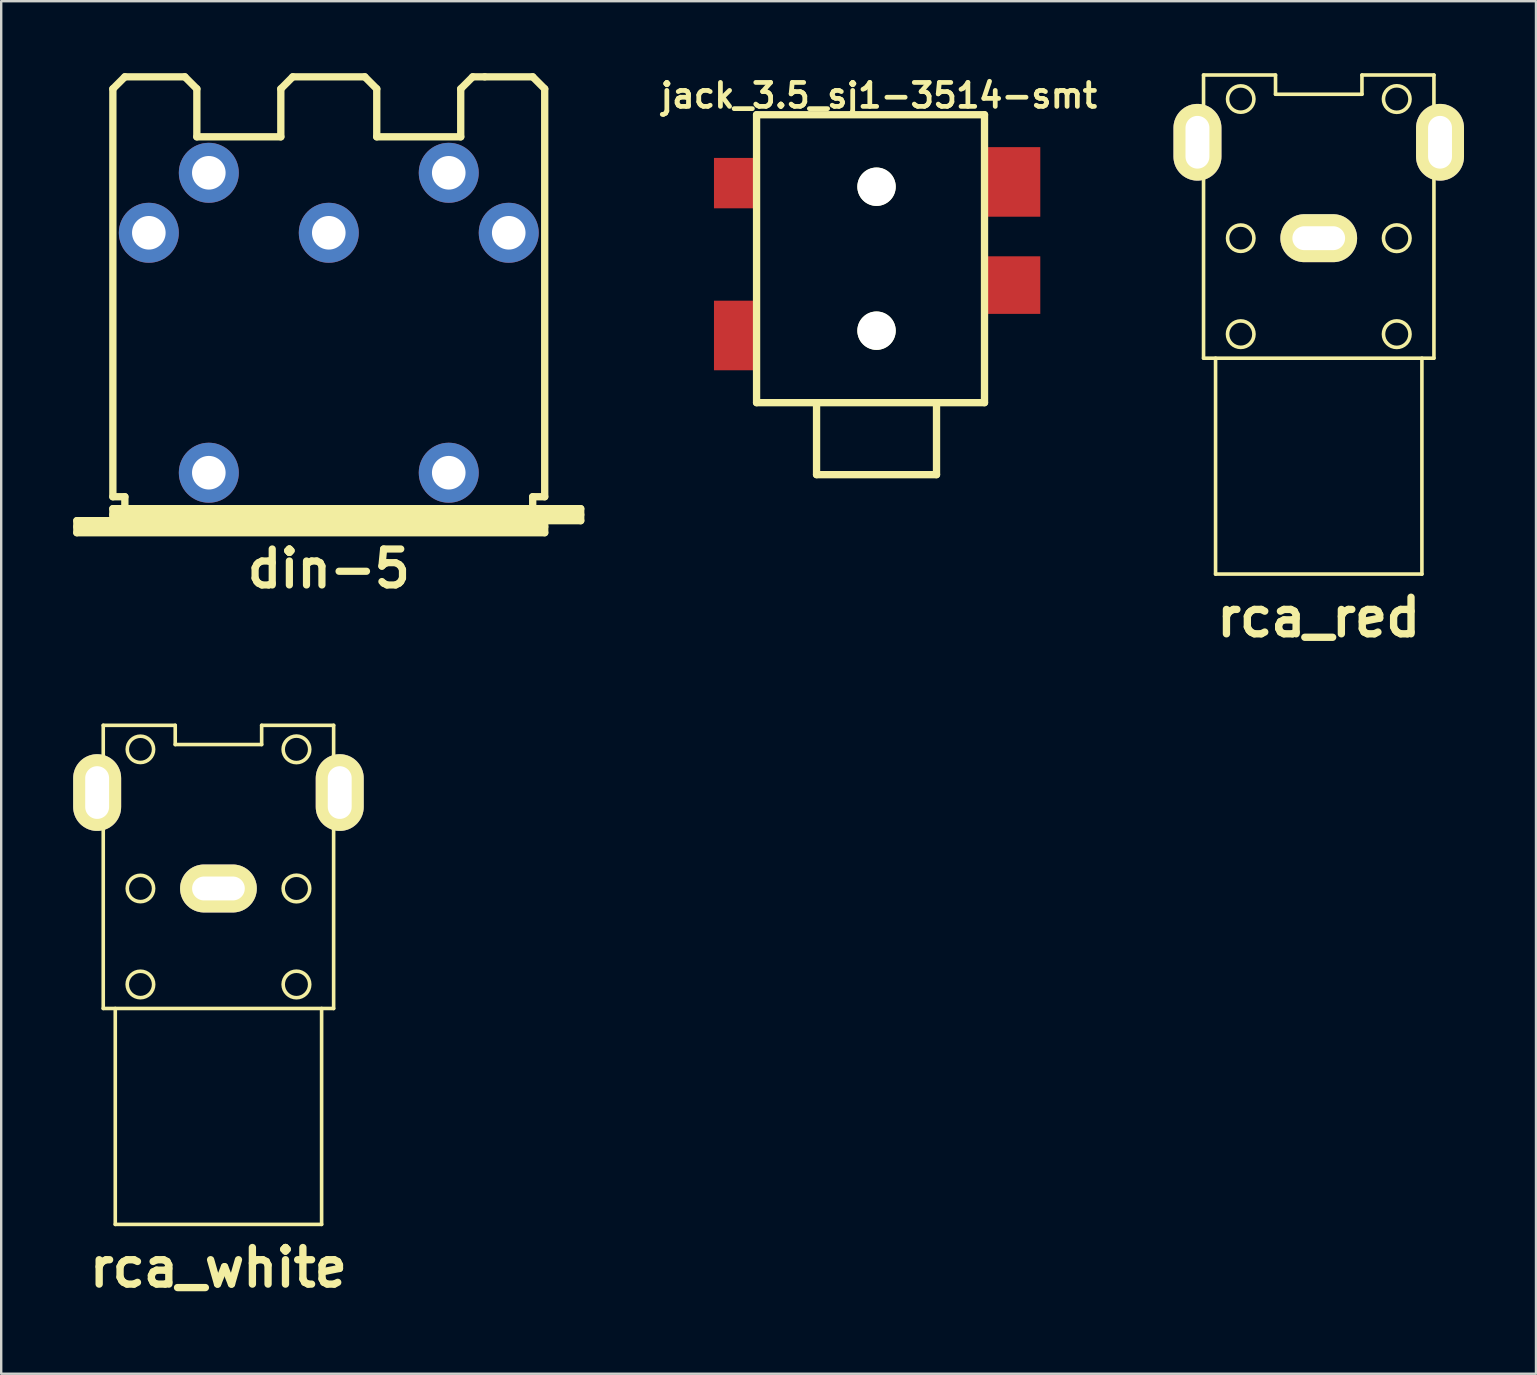
<source format=kicad_pcb>
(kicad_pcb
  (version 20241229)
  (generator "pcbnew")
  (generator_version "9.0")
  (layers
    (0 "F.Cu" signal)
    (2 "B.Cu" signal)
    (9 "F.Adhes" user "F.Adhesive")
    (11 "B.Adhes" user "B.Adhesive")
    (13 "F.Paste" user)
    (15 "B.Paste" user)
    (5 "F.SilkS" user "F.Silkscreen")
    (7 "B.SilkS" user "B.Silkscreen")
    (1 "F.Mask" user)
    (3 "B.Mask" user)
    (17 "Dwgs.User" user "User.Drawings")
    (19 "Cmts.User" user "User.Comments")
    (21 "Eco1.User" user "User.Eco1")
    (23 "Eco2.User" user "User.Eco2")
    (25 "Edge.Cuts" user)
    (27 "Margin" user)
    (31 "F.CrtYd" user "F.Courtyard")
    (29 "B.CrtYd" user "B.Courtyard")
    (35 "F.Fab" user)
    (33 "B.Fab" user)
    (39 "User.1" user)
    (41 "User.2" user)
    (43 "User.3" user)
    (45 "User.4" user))
  (footprint "rca_white"
    (layer "F.Cu")
    (at 6.054 33.98)
    (property "Reference" "rca_white" (at 0 15.799 0) (layer "F.SilkS") (effects (font (size 1.524 1.524) (thickness 0.305))))
    (attr through_hole)
    (fp_line (start -5.4 -4.9) (end -4.801 -4.9) (stroke (width 0.15) (type solid)) (layer "F.SilkS"))
    (fp_line (start -5.4 -3.099) (end -5.4 -4.9) (stroke (width 0.15) (type solid)) (layer "F.SilkS"))
    (fp_line (start -4.801 -6.8) (end -1.801 -6.8) (stroke (width 0.15) (type solid)) (layer "F.SilkS"))
    (fp_line (start -4.801 -3.099) (end -5.4 -3.099) (stroke (width 0.15) (type solid)) (layer "F.SilkS"))
    (fp_line (start -4.801 4.999) (end -4.801 -6.802) (stroke (width 0.15) (type solid)) (layer "F.SilkS"))
    (fp_line (start -4.3 5.001) (end -4.3 14) (stroke (width 0.15) (type solid)) (layer "F.SilkS"))
    (fp_line (start -4.3 14) (end 4.3 14) (stroke (width 0.15) (type solid)) (layer "F.SilkS"))
    (fp_line (start -1.801 -6.8) (end -1.801 -5.999) (stroke (width 0.15) (type solid)) (layer "F.SilkS"))
    (fp_line (start -1.801 -5.999) (end 1.801 -5.999) (stroke (width 0.15) (type solid)) (layer "F.SilkS"))
    (fp_line (start 1.801 -6.8) (end 4.801 -6.8) (stroke (width 0.15) (type solid)) (layer "F.SilkS"))
    (fp_line (start 1.801 -5.999) (end 1.801 -6.8) (stroke (width 0.15) (type solid)) (layer "F.SilkS"))
    (fp_line (start 4.3 14) (end 4.3 5.001) (stroke (width 0.15) (type solid)) (layer "F.SilkS"))
    (fp_line (start 4.801 -6.8) (end 4.801 5.001) (stroke (width 0.15) (type solid)) (layer "F.SilkS"))
    (fp_line (start 4.801 -4.9) (end 5.4 -4.9) (stroke (width 0.15) (type solid)) (layer "F.SilkS"))
    (fp_line (start 4.801 5.001) (end -4.801 5.001) (stroke (width 0.15) (type solid)) (layer "F.SilkS"))
    (fp_line (start 5.4 -4.9) (end 5.4 -3.099) (stroke (width 0.15) (type solid)) (layer "F.SilkS"))
    (fp_line (start 5.4 -3.099) (end 4.801 -3.099) (stroke (width 0.15) (type solid)) (layer "F.SilkS"))
    (fp_circle (center -3.251 -5.799) (end -3.8 -5.799) (stroke (width 0.15) (type solid)) (fill no) (layer "F.SilkS"))
    (fp_circle (center -3.251 0) (end -3.8 0) (stroke (width 0.15) (type solid)) (fill no) (layer "F.SilkS"))
    (fp_circle (center -3.251 4) (end -3.8 3.95) (stroke (width 0.15) (type solid)) (fill no) (layer "F.SilkS"))
    (fp_circle (center 3.251 -5.799) (end 2.7 -5.85) (stroke (width 0.15) (type solid)) (fill no) (layer "F.SilkS"))
    (fp_circle (center 3.251 0) (end 2.7 -0.051) (stroke (width 0.15) (type solid)) (fill no) (layer "F.SilkS"))
    (fp_circle (center 3.251 4) (end 2.7 4.049) (stroke (width 0.15) (type solid)) (fill no) (layer "F.SilkS"))
    (pad "1" thru_hole oval (at 0 0) (size 3.198 1.999) (drill oval 2.197 0.996) (layers "*.Cu" "*.Mask" "F.SilkS"))
    (pad "2" thru_hole oval (at -5.055 -3.998) (size 1.999 3.198) (drill oval 0.996 2.197) (layers "*.Cu" "*.Mask" "F.SilkS"))
    (pad "2" thru_hole oval (at 5.055 -3.998) (size 1.999 3.198) (drill oval 0.996 2.197) (layers "*.Cu" "*.Mask" "F.SilkS")))
  (footprint "rca_red"
    (layer "F.Cu")
    (at 51.912 6.877)
    (property "Reference" "rca_red" (at 0 15.799 0) (layer "F.SilkS") (effects (font (size 1.524 1.524) (thickness 0.305))))
    (attr through_hole)
    (fp_line (start -5.4 -4.9) (end -4.801 -4.9) (stroke (width 0.15) (type solid)) (layer "F.SilkS"))
    (fp_line (start -5.4 -3.099) (end -5.4 -4.9) (stroke (width 0.15) (type solid)) (layer "F.SilkS"))
    (fp_line (start -4.801 -6.8) (end -1.801 -6.8) (stroke (width 0.15) (type solid)) (layer "F.SilkS"))
    (fp_line (start -4.801 -3.099) (end -5.4 -3.099) (stroke (width 0.15) (type solid)) (layer "F.SilkS"))
    (fp_line (start -4.801 4.999) (end -4.801 -6.802) (stroke (width 0.15) (type solid)) (layer "F.SilkS"))
    (fp_line (start -4.3 5.001) (end -4.3 14) (stroke (width 0.15) (type solid)) (layer "F.SilkS"))
    (fp_line (start -4.3 14) (end 4.3 14) (stroke (width 0.15) (type solid)) (layer "F.SilkS"))
    (fp_line (start -1.801 -6.8) (end -1.801 -5.999) (stroke (width 0.15) (type solid)) (layer "F.SilkS"))
    (fp_line (start -1.801 -5.999) (end 1.801 -5.999) (stroke (width 0.15) (type solid)) (layer "F.SilkS"))
    (fp_line (start 1.801 -6.8) (end 4.801 -6.8) (stroke (width 0.15) (type solid)) (layer "F.SilkS"))
    (fp_line (start 1.801 -5.999) (end 1.801 -6.8) (stroke (width 0.15) (type solid)) (layer "F.SilkS"))
    (fp_line (start 4.3 14) (end 4.3 5.001) (stroke (width 0.15) (type solid)) (layer "F.SilkS"))
    (fp_line (start 4.801 -6.8) (end 4.801 5.001) (stroke (width 0.15) (type solid)) (layer "F.SilkS"))
    (fp_line (start 4.801 -4.9) (end 5.4 -4.9) (stroke (width 0.15) (type solid)) (layer "F.SilkS"))
    (fp_line (start 4.801 5.001) (end -4.801 5.001) (stroke (width 0.15) (type solid)) (layer "F.SilkS"))
    (fp_line (start 5.4 -4.9) (end 5.4 -3.099) (stroke (width 0.15) (type solid)) (layer "F.SilkS"))
    (fp_line (start 5.4 -3.099) (end 4.801 -3.099) (stroke (width 0.15) (type solid)) (layer "F.SilkS"))
    (fp_circle (center -3.251 -5.799) (end -3.8 -5.799) (stroke (width 0.15) (type solid)) (fill no) (layer "F.SilkS"))
    (fp_circle (center -3.251 0) (end -3.8 0) (stroke (width 0.15) (type solid)) (fill no) (layer "F.SilkS"))
    (fp_circle (center -3.251 4) (end -3.8 3.95) (stroke (width 0.15) (type solid)) (fill no) (layer "F.SilkS"))
    (fp_circle (center 3.251 -5.799) (end 2.7 -5.85) (stroke (width 0.15) (type solid)) (fill no) (layer "F.SilkS"))
    (fp_circle (center 3.251 0) (end 2.7 -0.051) (stroke (width 0.15) (type solid)) (fill no) (layer "F.SilkS"))
    (fp_circle (center 3.251 4) (end 2.7 4.049) (stroke (width 0.15) (type solid)) (fill no) (layer "F.SilkS"))
    (pad "1" thru_hole oval (at 0 0) (size 3.198 1.999) (drill oval 2.197 0.996) (layers "*.Cu" "*.Mask" "F.SilkS"))
    (pad "2" thru_hole oval (at -5.055 -3.998) (size 1.999 3.198) (drill oval 0.996 2.197) (layers "*.Cu" "*.Mask" "F.SilkS"))
    (pad "2" thru_hole oval (at 5.055 -3.998) (size 1.999 3.198) (drill oval 0.996 2.197) (layers "*.Cu" "*.Mask" "F.SilkS")))
  (footprint "din-5"
    (layer "F.Cu")
    (at 10.653 9.652)
    (property "Reference" "din-5" (at 0 11 0) (layer "F.SilkS") (effects (font (size 1.5 1.5) (thickness 0.3))))
    (attr through_hole)
    (fp_line (start -10.5 8.999) (end -8.999 8.999) (stroke (width 0.305) (type solid)) (layer "F.SilkS"))
    (fp_line (start -10.5 9.251) (end 8.999 9.251) (stroke (width 0.305) (type solid)) (layer "F.SilkS"))
    (fp_line (start -10.5 9.5) (end -10.5 8.999) (stroke (width 0.305) (type solid)) (layer "F.SilkS"))
    (fp_line (start -8.999 -8.999) (end -8.999 8.001) (stroke (width 0.305) (type solid)) (layer "F.SilkS"))
    (fp_line (start -8.999 -8.999) (end -8.499 -9.5) (stroke (width 0.305) (type solid)) (layer "F.SilkS"))
    (fp_line (start -8.999 8.001) (end -8.499 8.001) (stroke (width 0.305) (type solid)) (layer "F.SilkS"))
    (fp_line (start -8.999 8.499) (end 10.5 8.499) (stroke (width 0.305) (type solid)) (layer "F.SilkS"))
    (fp_line (start -8.999 8.75) (end 10.5 8.75) (stroke (width 0.305) (type solid)) (layer "F.SilkS"))
    (fp_line (start -8.999 8.999) (end -8.999 8.499) (stroke (width 0.305) (type solid)) (layer "F.SilkS"))
    (fp_line (start -8.499 -9.5) (end -5.999 -9.5) (stroke (width 0.305) (type solid)) (layer "F.SilkS"))
    (fp_line (start -8.499 8.001) (end -8.499 8.499) (stroke (width 0.305) (type solid)) (layer "F.SilkS"))
    (fp_line (start -5.999 -9.5) (end -5.499 -8.999) (stroke (width 0.305) (type solid)) (layer "F.SilkS"))
    (fp_line (start -5.499 -8.999) (end -5.499 -7) (stroke (width 0.305) (type solid)) (layer "F.SilkS"))
    (fp_line (start -5.499 -7) (end -1.999 -7) (stroke (width 0.305) (type solid)) (layer "F.SilkS"))
    (fp_line (start -1.999 -8.999) (end -1.999 -7) (stroke (width 0.305) (type solid)) (layer "F.SilkS"))
    (fp_line (start -1.501 -9.5) (end -1.999 -8.999) (stroke (width 0.305) (type solid)) (layer "F.SilkS"))
    (fp_line (start -1.501 -9.5) (end 1.501 -9.5) (stroke (width 0.305) (type solid)) (layer "F.SilkS"))
    (fp_line (start 1.501 -9.5) (end 1.999 -8.999) (stroke (width 0.305) (type solid)) (layer "F.SilkS"))
    (fp_line (start 1.999 -8.999) (end 1.999 -7) (stroke (width 0.305) (type solid)) (layer "F.SilkS"))
    (fp_line (start 5.499 -8.999) (end 5.499 -7) (stroke (width 0.305) (type solid)) (layer "F.SilkS"))
    (fp_line (start 5.499 -7) (end 1.999 -7) (stroke (width 0.305) (type solid)) (layer "F.SilkS"))
    (fp_line (start 5.999 -9.5) (end 5.499 -8.999) (stroke (width 0.305) (type solid)) (layer "F.SilkS"))
    (fp_line (start 6.5 -9.5) (end 5.999 -9.5) (stroke (width 0.305) (type solid)) (layer "F.SilkS"))
    (fp_line (start 8.499 -9.5) (end 6.5 -9.5) (stroke (width 0.305) (type solid)) (layer "F.SilkS"))
    (fp_line (start 8.499 8.499) (end 8.499 8.001) (stroke (width 0.305) (type solid)) (layer "F.SilkS"))
    (fp_line (start 8.999 -8.999) (end 8.499 -9.5) (stroke (width 0.305) (type solid)) (layer "F.SilkS"))
    (fp_line (start 8.999 -8.999) (end 8.999 8.001) (stroke (width 0.305) (type solid)) (layer "F.SilkS"))
    (fp_line (start 8.999 8.001) (end 8.499 8.001) (stroke (width 0.305) (type solid)) (layer "F.SilkS"))
    (fp_line (start 8.999 8.999) (end -8.999 8.999) (stroke (width 0.305) (type solid)) (layer "F.SilkS"))
    (fp_line (start 8.999 8.999) (end 8.999 9.5) (stroke (width 0.305) (type solid)) (layer "F.SilkS"))
    (fp_line (start 8.999 9.5) (end -10.5 9.5) (stroke (width 0.305) (type solid)) (layer "F.SilkS"))
    (fp_line (start 10.5 8.499) (end 10.5 8.999) (stroke (width 0.305) (type solid)) (layer "F.SilkS"))
    (fp_line (start 10.5 8.999) (end 8.999 8.999) (stroke (width 0.305) (type solid)) (layer "F.SilkS"))
    (pad "1" thru_hole circle (at 7.5 -3) (size 2.5 2.5) (drill 1.4) (layers "*.Cu" "*.Mask"))
    (pad "2" thru_hole circle (at 0 -3) (size 2.5 2.5) (drill 1.4) (layers "*.Cu" "*.Mask"))
    (pad "3" thru_hole circle (at -7.5 -3) (size 2.5 2.5) (drill 1.4) (layers "*.Cu" "*.Mask"))
    (pad "4" thru_hole circle (at 5 -5.5) (size 2.5 2.5) (drill 1.4) (layers "*.Cu" "*.Mask"))
    (pad "5" thru_hole circle (at -5 -5.5) (size 2.5 2.5) (drill 1.4) (layers "*.Cu" "*.Mask"))
    (pad "6" thru_hole circle (at -5 7) (size 2.5 2.5) (drill 1.4) (layers "*.Cu" "*.Mask"))
    (pad "6" thru_hole circle (at 5 7) (size 2.5 2.5) (drill 1.4) (layers "*.Cu" "*.Mask")))
  (footprint "jack_3.5_sj1-3514-smt"
    (layer "F.Cu")
    (at 33.482 7.632)
    (property "Reference" "jack_3.5_sj1-3514-smt" (at 0.1 -6.7 0) (layer "F.SilkS") (effects (font (size 0.998 0.998) (thickness 0.198))))
    (attr through_hole)
    (fp_line (start -5 -5.9) (end 4.5 -5.9) (stroke (width 0.305) (type solid)) (layer "F.SilkS"))
    (fp_line (start -5 6.1) (end -5 -5.9) (stroke (width 0.305) (type solid)) (layer "F.SilkS"))
    (fp_line (start -2.5 6.1) (end -2.5 9.1) (stroke (width 0.305) (type solid)) (layer "F.SilkS"))
    (fp_line (start -2.5 9.1) (end 2.5 9.1) (stroke (width 0.305) (type solid)) (layer "F.SilkS"))
    (fp_line (start 2.5 9.1) (end 2.5 6.1) (stroke (width 0.305) (type solid)) (layer "F.SilkS"))
    (fp_line (start 4.5 -5.9) (end 4.5 6.1) (stroke (width 0.305) (type solid)) (layer "F.SilkS"))
    (fp_line (start 4.5 6.1) (end -5 6.1) (stroke (width 0.305) (type solid)) (layer "F.SilkS"))
    (pad "" np_thru_hole circle (at 0 -2.9) (size 1.6 1.6) (drill 1.6) (layers "*.Cu" "*.Mask" "F.SilkS"))
    (pad "" np_thru_hole circle (at 0 3.1) (size 1.6 1.6) (drill 1.6) (layers "*.Cu" "*.Mask" "F.SilkS"))
    (pad "1" smd rect (at -5.9 3.3) (size 1.75 2.9) (layers "F.Cu" "F.Mask" "F.Paste"))
    (pad "2" smd rect (at 5.7 1.2) (size 2.25 2.4) (layers "F.Cu" "F.Mask" "F.Paste"))
    (pad "3" smd rect (at 5.7 -3.1) (size 2.25 2.9) (layers "F.Cu" "F.Mask" "F.Paste"))
    (pad "4" smd rect (at -5.9 -3.05) (size 1.75 2.1) (layers "F.Cu" "F.Mask" "F.Paste")))
  (gr_rect
    (start -3 -3)
    (end 60.967 54.205)
    (stroke (width 0.1) (type default))
    (fill no)
    (layer "Edge.Cuts")))
</source>
